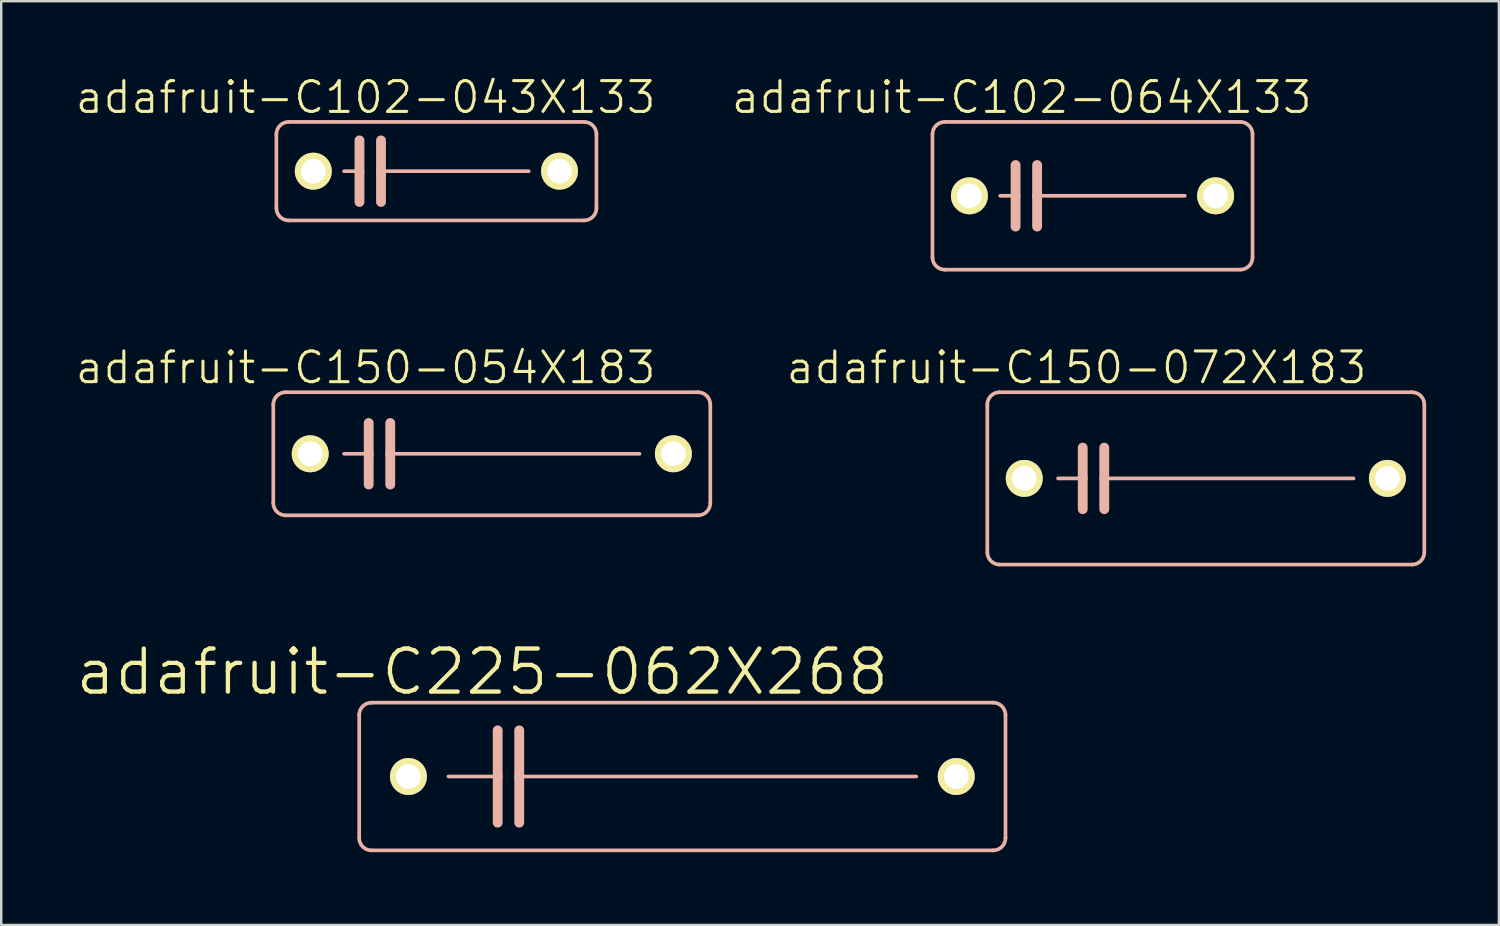
<source format=kicad_pcb>
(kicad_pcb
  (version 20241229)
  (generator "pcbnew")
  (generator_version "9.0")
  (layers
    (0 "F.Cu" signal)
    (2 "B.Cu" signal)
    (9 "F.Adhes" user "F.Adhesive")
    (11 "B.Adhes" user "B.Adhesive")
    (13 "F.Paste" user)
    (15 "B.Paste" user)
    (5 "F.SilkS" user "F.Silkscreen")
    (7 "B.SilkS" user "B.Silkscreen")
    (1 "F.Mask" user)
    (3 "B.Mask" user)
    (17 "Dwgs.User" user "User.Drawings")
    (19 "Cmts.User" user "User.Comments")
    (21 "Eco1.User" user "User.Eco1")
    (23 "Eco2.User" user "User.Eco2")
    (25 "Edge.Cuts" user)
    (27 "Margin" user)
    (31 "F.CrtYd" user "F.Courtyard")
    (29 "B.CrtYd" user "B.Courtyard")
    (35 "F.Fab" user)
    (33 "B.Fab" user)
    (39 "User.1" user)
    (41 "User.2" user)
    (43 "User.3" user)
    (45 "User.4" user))
  (footprint "adafruit-C150-072X183"
    (layer "F.Cu")
    (at 46.71 16.692)
    (property "Reference" "adafruit-C150-072X183" (at -5.334 -4.572 0) (layer "F.SilkS") (effects (font (size 1.27 1.27) (thickness 0.127))))
    (attr exclude_from_pos_files exclude_from_bom)
    (fp_line (start -9.017 3.048) (end -9.017 -3.048) (stroke (width 0.152) (type solid)) (layer "B.SilkS"))
    (fp_line (start -8.509 -3.556) (end 8.509 -3.556) (stroke (width 0.152) (type solid)) (layer "B.SilkS"))
    (fp_line (start -5.08 -1.27) (end -5.08 0) (stroke (width 0.406) (type solid)) (layer "B.SilkS"))
    (fp_line (start -5.08 0) (end -6.096 0) (stroke (width 0.152) (type solid)) (layer "B.SilkS"))
    (fp_line (start -5.08 0) (end -5.08 1.27) (stroke (width 0.406) (type solid)) (layer "B.SilkS"))
    (fp_line (start -4.191 -1.27) (end -4.191 0) (stroke (width 0.406) (type solid)) (layer "B.SilkS"))
    (fp_line (start -4.191 0) (end -4.191 1.27) (stroke (width 0.406) (type solid)) (layer "B.SilkS"))
    (fp_line (start -4.191 0) (end 6.096 0) (stroke (width 0.152) (type solid)) (layer "B.SilkS"))
    (fp_line (start 8.509 3.556) (end -8.509 3.556) (stroke (width 0.152) (type solid)) (layer "B.SilkS"))
    (fp_line (start 9.017 -3.048) (end 9.017 3.048) (stroke (width 0.152) (type solid)) (layer "B.SilkS"))
    (fp_arc (start -9.017 -3.048) (mid -8.86821 -3.40721) (end -8.509 -3.556) (stroke (width 0.1524) (type solid)) (layer "B.SilkS"))
    (fp_arc (start -8.509 3.556) (mid -8.86821 3.40721) (end -9.017 3.048) (stroke (width 0.1524) (type solid)) (layer "B.SilkS"))
    (fp_arc (start 8.509 -3.556) (mid 8.86821 -3.40721) (end 9.017 -3.048) (stroke (width 0.1524) (type solid)) (layer "B.SilkS"))
    (fp_arc (start 9.017 3.048) (mid 8.86821 3.40721) (end 8.509 3.556) (stroke (width 0.1524) (type solid)) (layer "B.SilkS"))
    (pad "1" thru_hole circle (at -7.493 0) (size 1.524 1.524) (drill 1.016) (layers "*.Cu" "F.Mask" "F.SilkS" "F.Paste"))
    (pad "2" thru_hole circle (at 7.493 0) (size 1.524 1.524) (drill 1.016) (layers "*.Cu" "F.Mask" "F.SilkS" "F.Paste")))
  (footprint "adafruit-C225-062X268"
    (layer "F.Cu")
    (at 25.108 28.994)
    (property "Reference" "adafruit-C225-062X268" (at -8.255 -4.318 0) (layer "F.SilkS") (effects (font (size 1.778 1.778) (thickness 0.178))))
    (attr exclude_from_pos_files exclude_from_bom)
    (fp_line (start -13.335 2.54) (end -13.335 -2.54) (stroke (width 0.152) (type solid)) (layer "B.SilkS"))
    (fp_line (start -12.827 -3.048) (end 12.827 -3.048) (stroke (width 0.152) (type solid)) (layer "B.SilkS"))
    (fp_line (start -9.652 0) (end -7.62 0) (stroke (width 0.152) (type solid)) (layer "B.SilkS"))
    (fp_line (start -7.62 -1.905) (end -7.62 0) (stroke (width 0.406) (type solid)) (layer "B.SilkS"))
    (fp_line (start -7.62 0) (end -7.62 1.905) (stroke (width 0.406) (type solid)) (layer "B.SilkS"))
    (fp_line (start -6.731 -1.905) (end -6.731 0) (stroke (width 0.406) (type solid)) (layer "B.SilkS"))
    (fp_line (start -6.731 0) (end -6.731 1.905) (stroke (width 0.406) (type solid)) (layer "B.SilkS"))
    (fp_line (start -6.731 0) (end 9.652 0) (stroke (width 0.152) (type solid)) (layer "B.SilkS"))
    (fp_line (start 12.827 3.048) (end -12.827 3.048) (stroke (width 0.152) (type solid)) (layer "B.SilkS"))
    (fp_line (start 13.335 -2.54) (end 13.335 2.54) (stroke (width 0.152) (type solid)) (layer "B.SilkS"))
    (fp_arc (start -13.335 -2.54) (mid -13.18621 -2.89921) (end -12.827 -3.048) (stroke (width 0.1524) (type solid)) (layer "B.SilkS"))
    (fp_arc (start -12.827 3.048) (mid -13.18621 2.89921) (end -13.335 2.54) (stroke (width 0.1524) (type solid)) (layer "B.SilkS"))
    (fp_arc (start 12.827 -3.048) (mid 13.18621 -2.89921) (end 13.335 -2.54) (stroke (width 0.1524) (type solid)) (layer "B.SilkS"))
    (fp_arc (start 13.335 2.54) (mid 13.18621 2.89921) (end 12.827 3.048) (stroke (width 0.1524) (type solid)) (layer "B.SilkS"))
    (pad "1" thru_hole circle (at -11.303 0) (size 1.524 1.524) (drill 1.016) (layers "*.Cu" "F.Mask" "F.SilkS" "F.Paste"))
    (pad "2" thru_hole circle (at 11.303 0) (size 1.524 1.524) (drill 1.016) (layers "*.Cu" "F.Mask" "F.SilkS" "F.Paste")))
  (footprint "adafruit-C102-043X133"
    (layer "F.Cu")
    (at 14.959 4.014)
    (property "Reference" "adafruit-C102-043X133" (at -2.921 -3.048 0) (layer "F.SilkS") (effects (font (size 1.27 1.27) (thickness 0.127))))
    (attr exclude_from_pos_files exclude_from_bom)
    (fp_line (start -6.604 1.524) (end -6.604 -1.524) (stroke (width 0.152) (type solid)) (layer "B.SilkS"))
    (fp_line (start -6.096 -2.032) (end 6.096 -2.032) (stroke (width 0.152) (type solid)) (layer "B.SilkS"))
    (fp_line (start -3.81 0) (end -3.175 0) (stroke (width 0.152) (type solid)) (layer "B.SilkS"))
    (fp_line (start -3.175 -1.27) (end -3.175 0) (stroke (width 0.406) (type solid)) (layer "B.SilkS"))
    (fp_line (start -3.175 0) (end -3.175 1.27) (stroke (width 0.406) (type solid)) (layer "B.SilkS"))
    (fp_line (start -2.286 -1.27) (end -2.286 0) (stroke (width 0.406) (type solid)) (layer "B.SilkS"))
    (fp_line (start -2.286 0) (end -2.286 1.27) (stroke (width 0.406) (type solid)) (layer "B.SilkS"))
    (fp_line (start 3.81 0) (end -2.286 0) (stroke (width 0.152) (type solid)) (layer "B.SilkS"))
    (fp_line (start 6.096 2.032) (end -6.096 2.032) (stroke (width 0.152) (type solid)) (layer "B.SilkS"))
    (fp_line (start 6.604 -1.524) (end 6.604 1.524) (stroke (width 0.152) (type solid)) (layer "B.SilkS"))
    (fp_arc (start -6.604 -1.524) (mid -6.45521 -1.88321) (end -6.096 -2.032) (stroke (width 0.1524) (type solid)) (layer "B.SilkS"))
    (fp_arc (start -6.096 2.032) (mid -6.45521 1.88321) (end -6.604 1.524) (stroke (width 0.1524) (type solid)) (layer "B.SilkS"))
    (fp_arc (start 6.096 -2.032) (mid 6.45521 -1.88321) (end 6.604 -1.524) (stroke (width 0.1524) (type solid)) (layer "B.SilkS"))
    (fp_arc (start 6.604 1.524) (mid 6.45521 1.88321) (end 6.096 2.032) (stroke (width 0.1524) (type solid)) (layer "B.SilkS"))
    (pad "1" thru_hole circle (at -5.08 0) (size 1.524 1.524) (drill 1.016) (layers "*.Cu" "F.Mask" "F.SilkS" "F.Paste"))
    (pad "2" thru_hole circle (at 5.08 0) (size 1.524 1.524) (drill 1.016) (layers "*.Cu" "F.Mask" "F.SilkS" "F.Paste")))
  (footprint "adafruit-C150-054X183"
    (layer "F.Cu")
    (at 17.245 15.676)
    (property "Reference" "adafruit-C150-054X183" (at -5.207 -3.556 0) (layer "F.SilkS") (effects (font (size 1.27 1.27) (thickness 0.127))))
    (attr exclude_from_pos_files exclude_from_bom)
    (fp_line (start -9.017 2.032) (end -9.017 -2.032) (stroke (width 0.152) (type solid)) (layer "B.SilkS"))
    (fp_line (start -8.509 -2.54) (end 8.509 -2.54) (stroke (width 0.152) (type solid)) (layer "B.SilkS"))
    (fp_line (start -5.08 -1.27) (end -5.08 0) (stroke (width 0.406) (type solid)) (layer "B.SilkS"))
    (fp_line (start -5.08 0) (end -6.096 0) (stroke (width 0.152) (type solid)) (layer "B.SilkS"))
    (fp_line (start -5.08 0) (end -5.08 1.27) (stroke (width 0.406) (type solid)) (layer "B.SilkS"))
    (fp_line (start -4.191 -1.27) (end -4.191 0) (stroke (width 0.406) (type solid)) (layer "B.SilkS"))
    (fp_line (start -4.191 0) (end -4.191 1.27) (stroke (width 0.406) (type solid)) (layer "B.SilkS"))
    (fp_line (start -4.191 0) (end 6.096 0) (stroke (width 0.152) (type solid)) (layer "B.SilkS"))
    (fp_line (start 8.509 2.54) (end -8.509 2.54) (stroke (width 0.152) (type solid)) (layer "B.SilkS"))
    (fp_line (start 9.017 -2.032) (end 9.017 2.032) (stroke (width 0.152) (type solid)) (layer "B.SilkS"))
    (fp_arc (start -9.017 -2.032) (mid -8.86821 -2.39121) (end -8.509 -2.54) (stroke (width 0.1524) (type solid)) (layer "B.SilkS"))
    (fp_arc (start -8.509 2.54) (mid -8.86821 2.39121) (end -9.017 2.032) (stroke (width 0.1524) (type solid)) (layer "B.SilkS"))
    (fp_arc (start 8.509 -2.54) (mid 8.86821 -2.39121) (end 9.017 -2.032) (stroke (width 0.1524) (type solid)) (layer "B.SilkS"))
    (fp_arc (start 9.017 2.032) (mid 8.86821 2.39121) (end 8.509 2.54) (stroke (width 0.1524) (type solid)) (layer "B.SilkS"))
    (pad "1" thru_hole circle (at -7.493 0) (size 1.524 1.524) (drill 1.016) (layers "*.Cu" "F.Mask" "F.SilkS" "F.Paste"))
    (pad "2" thru_hole circle (at 7.493 0) (size 1.524 1.524) (drill 1.016) (layers "*.Cu" "F.Mask" "F.SilkS" "F.Paste")))
  (footprint "adafruit-C102-064X133"
    (layer "F.Cu")
    (at 42.034 5.03)
    (property "Reference" "adafruit-C102-064X133" (at -2.921 -4.064 0) (layer "F.SilkS") (effects (font (size 1.27 1.27) (thickness 0.127))))
    (attr exclude_from_pos_files exclude_from_bom)
    (fp_line (start -6.604 2.54) (end -6.604 -2.54) (stroke (width 0.152) (type solid)) (layer "B.SilkS"))
    (fp_line (start -6.096 -3.048) (end 6.096 -3.048) (stroke (width 0.152) (type solid)) (layer "B.SilkS"))
    (fp_line (start -3.81 0) (end -3.175 0) (stroke (width 0.152) (type solid)) (layer "B.SilkS"))
    (fp_line (start -3.175 -1.27) (end -3.175 0) (stroke (width 0.406) (type solid)) (layer "B.SilkS"))
    (fp_line (start -3.175 0) (end -3.175 1.27) (stroke (width 0.406) (type solid)) (layer "B.SilkS"))
    (fp_line (start -2.286 -1.27) (end -2.286 0) (stroke (width 0.406) (type solid)) (layer "B.SilkS"))
    (fp_line (start -2.286 0) (end -2.286 1.27) (stroke (width 0.406) (type solid)) (layer "B.SilkS"))
    (fp_line (start 3.81 0) (end -2.286 0) (stroke (width 0.152) (type solid)) (layer "B.SilkS"))
    (fp_line (start 6.096 3.048) (end -6.096 3.048) (stroke (width 0.152) (type solid)) (layer "B.SilkS"))
    (fp_line (start 6.604 -2.54) (end 6.604 2.54) (stroke (width 0.152) (type solid)) (layer "B.SilkS"))
    (fp_arc (start -6.604 -2.54) (mid -6.45521 -2.89921) (end -6.096 -3.048) (stroke (width 0.1524) (type solid)) (layer "B.SilkS"))
    (fp_arc (start -6.096 3.048) (mid -6.45521 2.89921) (end -6.604 2.54) (stroke (width 0.1524) (type solid)) (layer "B.SilkS"))
    (fp_arc (start 6.096 -3.048) (mid 6.45521 -2.89921) (end 6.604 -2.54) (stroke (width 0.1524) (type solid)) (layer "B.SilkS"))
    (fp_arc (start 6.604 2.54) (mid 6.45521 2.89921) (end 6.096 3.048) (stroke (width 0.1524) (type solid)) (layer "B.SilkS"))
    (pad "1" thru_hole circle (at -5.08 0) (size 1.524 1.524) (drill 1.016) (layers "*.Cu" "F.Mask" "F.SilkS" "F.Paste"))
    (pad "2" thru_hole circle (at 5.08 0) (size 1.524 1.524) (drill 1.016) (layers "*.Cu" "F.Mask" "F.SilkS" "F.Paste")))
  (gr_rect
    (start -3 -3)
    (end 58.803 35.118)
    (stroke (width 0.1) (type default))
    (fill no)
    (layer "Edge.Cuts")))
</source>
